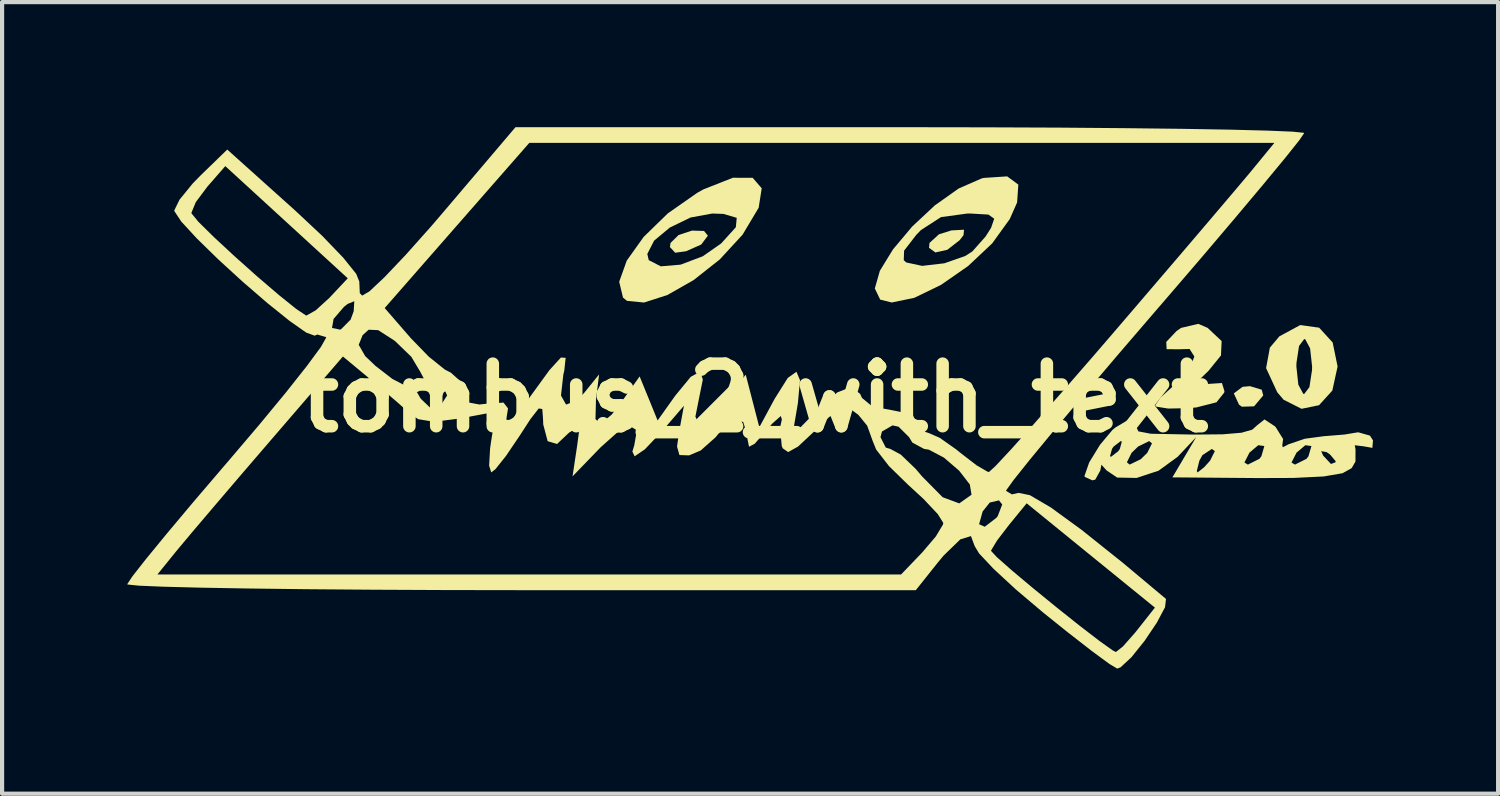
<source format=kicad_pcb>
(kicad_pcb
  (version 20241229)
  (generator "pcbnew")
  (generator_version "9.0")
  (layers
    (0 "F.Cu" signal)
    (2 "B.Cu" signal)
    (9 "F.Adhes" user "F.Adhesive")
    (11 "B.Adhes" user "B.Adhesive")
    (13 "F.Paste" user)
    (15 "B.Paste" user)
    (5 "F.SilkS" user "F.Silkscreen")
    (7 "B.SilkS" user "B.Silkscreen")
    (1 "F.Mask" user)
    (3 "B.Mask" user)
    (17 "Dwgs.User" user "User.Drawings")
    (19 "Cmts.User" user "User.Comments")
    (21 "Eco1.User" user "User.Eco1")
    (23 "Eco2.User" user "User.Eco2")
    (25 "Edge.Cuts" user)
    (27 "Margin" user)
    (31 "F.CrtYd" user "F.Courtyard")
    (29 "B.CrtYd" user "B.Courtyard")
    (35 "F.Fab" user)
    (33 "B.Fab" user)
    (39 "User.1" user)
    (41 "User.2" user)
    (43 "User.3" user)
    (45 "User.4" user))
  (footprint "tombus_2_with_text"
    (layer "F.Cu")
    (at 15.052 6.491)
    (property "Reference" "tombus_2_with_text" (at 0 0 0) (layer "F.SilkS") (effects (font (size 1.5 1.5) (thickness 0.3))))
    (attr board_only exclude_from_pos_files exclude_from_bom)
    (fp_poly (pts (xy 12.152 -0.196) (xy 12.187 -0.059) (xy 11.968 0.202) (xy 11.675 0.211) (xy 11.606 0.161) (xy 11.482 -0.109) (xy 11.692 -0.266) (xy 11.869 -0.282)) (stroke (width 0) (type solid)) (fill yes) (layer "F.SilkS"))
    (fp_poly (pts (xy -1.221 -4.003) (xy -1.129 -3.89) (xy -1.288 -3.678) (xy -1.651 -3.517) (xy -1.913 -3.481) (xy -2.039 -3.617) (xy -2.024 -3.716) (xy -1.831 -3.906) (xy -1.508 -4.012)) (stroke (width 0) (type solid)) (fill yes) (layer "F.SilkS"))
    (fp_poly (pts (xy 5.001 -3.902) (xy 4.907 -3.781) (xy 4.613 -3.552) (xy 4.326 -3.488) (xy 4.174 -3.599) (xy 4.185 -3.716) (xy 4.412 -3.923) (xy 4.709 -4.016) (xy 5.013 -4.033)) (stroke (width 0) (type solid)) (fill yes) (layer "F.SilkS"))
    (fp_poly (pts (xy 10.854 -1.679) (xy 11.19 -1.363) (xy 11.174 -1.018) (xy 10.876 -0.65) (xy 10.442 -0.231) (xy 10.877 -0.336) (xy 11.197 -0.357) (xy 11.257 -0.164) (xy 11.251 -0.126) (xy 11.066 0.105) (xy 10.586 0.228) (xy 10.394 0.246) (xy 9.907 0.255) (xy 9.624 0.21) (xy 9.596 0.179) (xy 9.728 -0.012) (xy 10.05 -0.303) (xy 10.066 -0.316) (xy 10.415 -0.68) (xy 10.536 -0.993) (xy 10.421 -1.173) (xy 10.149 -1.166) (xy 9.871 -1.169) (xy 9.862 -1.343) (xy 10.109 -1.604) (xy 10.218 -1.679) (xy 10.63 -1.776)) (stroke (width 0) (type solid)) (fill yes) (layer "F.SilkS"))
    (fp_poly (pts (xy 13.528 -1.684) (xy 13.852 -1.329) (xy 13.97 -0.753) (xy 13.844 -0.176) (xy 13.525 0.175) (xy 13.106 0.261) (xy 12.676 0.044) (xy 12.523 -0.136) (xy 12.256 -0.714) (xy 12.263 -0.753) (xy 12.982 -0.753) (xy 13.029 -0.317) (xy 13.146 -0.1) (xy 13.17 -0.094) (xy 13.295 -0.259) (xy 13.357 -0.666) (xy 13.359 -0.753) (xy 13.311 -1.188) (xy 13.195 -1.405) (xy 13.17 -1.411) (xy 13.046 -1.246) (xy 12.984 -0.839) (xy 12.982 -0.753) (xy 12.263 -0.753) (xy 12.346 -1.205) (xy 12.574 -1.476) (xy 13.075 -1.747)) (stroke (width 0) (type solid)) (fill yes) (layer "F.SilkS"))
    (fp_poly (pts (xy -0.054 -5.277) (xy 0.162 -5.026) (xy 0.089 -4.56) (xy -0.297 -3.914) (xy -0.843 -3.321) (xy -1.471 -2.825) (xy -2.102 -2.466) (xy -2.66 -2.287) (xy -3.068 -2.327) (xy -3.164 -2.405) (xy -3.255 -2.785) (xy -3.074 -3.292) (xy -2.96 -3.452) (xy -2.581 -3.452) (xy -2.547 -3.304) (xy -2.258 -3.155) (xy -1.784 -3.195) (xy -1.251 -3.396) (xy -0.809 -3.705) (xy -0.458 -4.093) (xy -0.437 -4.318) (xy -0.757 -4.412) (xy -1.024 -4.421) (xy -1.544 -4.326) (xy -2.041 -4.085) (xy -2.418 -3.771) (xy -2.581 -3.452) (xy -2.96 -3.452) (xy -2.668 -3.861) (xy -2.089 -4.425) (xy -1.385 -4.917) (xy -1.236 -5) (xy -0.529 -5.279)) (stroke (width 0) (type solid)) (fill yes) (layer "F.SilkS"))
    (fp_poly (pts (xy 6.315 -5.115) (xy 6.286 -4.687) (xy 6.109 -4.288) (xy 5.689 -3.706) (xy 5.111 -3.162) (xy 4.459 -2.709) (xy 3.821 -2.4) (xy 3.28 -2.288) (xy 3.003 -2.357) (xy 2.874 -2.624) (xy 2.995 -3.048) (xy 3.151 -3.303) (xy 3.568 -3.303) (xy 3.627 -3.248) (xy 4.009 -3.166) (xy 4.542 -3.228) (xy 5.044 -3.404) (xy 5.213 -3.513) (xy 5.528 -3.868) (xy 5.661 -4.077) (xy 5.737 -4.297) (xy 5.598 -4.396) (xy 5.168 -4.421) (xy 5.094 -4.421) (xy 4.462 -4.336) (xy 3.981 -4.025) (xy 3.87 -3.912) (xy 3.576 -3.531) (xy 3.568 -3.303) (xy 3.151 -3.303) (xy 3.312 -3.564) (xy 3.769 -4.108) (xy 4.311 -4.615) (xy 4.884 -5.021) (xy 5.434 -5.262) (xy 5.488 -5.275) (xy 6.048 -5.312)) (stroke (width 0) (type solid)) (fill yes) (layer "F.SilkS"))
    (fp_poly (pts (xy 9.125 0.659) (xy 9.193 0.802) (xy 9.49 0.859) (xy 10.51 0.879) (xy 11.214 0.873) (xy 11.665 0.835) (xy 11.922 0.762) (xy 12.045 0.653) (xy 12.218 0.516) (xy 12.467 0.681) (xy 12.486 0.7) (xy 12.664 0.986) (xy 12.644 1.137) (xy 12.656 1.184) (xy 12.794 1.112) (xy 13.184 0.979) (xy 13.641 0.918) (xy 14.137 0.878) (xy 14.464 0.824) (xy 14.746 0.904) (xy 14.819 1.018) (xy 14.804 1.198) (xy 14.597 1.161) (xy 14.382 1.135) (xy 14.4 1.233) (xy 14.399 1.525) (xy 14.308 1.683) (xy 14.088 1.806) (xy 13.639 1.883) (xy 12.91 1.919) (xy 12.053 1.922) (xy 10.009 1.905) (xy 10.101 1.75) (xy 10.595 1.75) (xy 10.613 1.787) (xy 10.77 1.663) (xy 10.873 1.549) (xy 11.736 1.549) (xy 11.819 1.599) (xy 11.919 1.549) (xy 12.865 1.549) (xy 12.948 1.599) (xy 13.224 1.461) (xy 13.272 1.399) (xy 13.307 1.277) (xy 13.577 1.277) (xy 13.623 1.382) (xy 13.812 1.584) (xy 13.921 1.543) (xy 13.923 1.516) (xy 13.789 1.357) (xy 13.706 1.299) (xy 13.577 1.277) (xy 13.307 1.277) (xy 13.343 1.154) (xy 13.197 1.134) (xy 12.986 1.312) (xy 12.865 1.549) (xy 11.919 1.549) (xy 12.095 1.461) (xy 12.143 1.399) (xy 12.214 1.154) (xy 12.068 1.134) (xy 11.857 1.312) (xy 11.736 1.549) (xy 10.873 1.549) (xy 10.913 1.505) (xy 11.027 1.276) (xy 10.956 1.223) (xy 10.729 1.373) (xy 10.656 1.505) (xy 10.595 1.75) (xy 10.101 1.75) (xy 10.294 1.423) (xy 10.579 0.941) (xy 10.134 1.413) (xy 9.678 1.745) (xy 9.152 1.919) (xy 8.686 1.91) (xy 8.434 1.741) (xy 8.307 1.601) (xy 8.281 1.74) (xy 8.16 1.959) (xy 8.09 1.976) (xy 7.907 1.893) (xy 7.902 1.869) (xy 8.013 1.55) (xy 8.016 1.544) (xy 8.918 1.544) (xy 8.985 1.599) (xy 9.251 1.47) (xy 9.407 1.317) (xy 9.52 1.09) (xy 9.453 1.035) (xy 9.188 1.165) (xy 9.031 1.317) (xy 8.918 1.544) (xy 8.016 1.544) (xy 8.105 1.399) (xy 8.513 1.399) (xy 8.539 1.411) (xy 8.71 1.279) (xy 8.749 1.223) (xy 8.797 1.047) (xy 8.771 1.035) (xy 8.599 1.167) (xy 8.561 1.223) (xy 8.513 1.399) (xy 8.105 1.399) (xy 8.272 1.126) (xy 8.57 0.77) (xy 8.639 0.712) (xy 8.971 0.513) (xy 9.157 0.501)) (stroke (width 0) (type solid)) (fill yes) (layer "F.SilkS"))
    (fp_poly (pts (xy 5.56 -6.488) (xy 7.288 -6.481) (xy 8.86 -6.468) (xy 10.243 -6.452) (xy 11.399 -6.432) (xy 12.294 -6.409) (xy 12.893 -6.384) (xy 13.159 -6.357) (xy 13.169 -6.35) (xy 13.051 -6.177) (xy 12.716 -5.757) (xy 12.195 -5.127) (xy 11.52 -4.323) (xy 10.721 -3.382) (xy 9.828 -2.342) (xy 9.594 -2.071) (xy 8.683 -1.011) (xy 7.858 -0.04) (xy 7.149 0.805) (xy 6.587 1.486) (xy 6.203 1.967) (xy 6.028 2.21) (xy 6.021 2.229) (xy 6.161 2.313) (xy 6.321 2.277) (xy 6.592 2.332) (xy 7.092 2.625) (xy 7.831 3.163) (xy 8.819 3.952) (xy 9.856 4.82) (xy 9.833 5.018) (xy 9.636 5.389) (xy 9.342 5.826) (xy 9.026 6.219) (xy 8.766 6.46) (xy 8.686 6.49) (xy 8.498 6.378) (xy 8.084 6.074) (xy 7.508 5.626) (xy 6.914 5.15) (xy 6.255 4.592) (xy 5.722 4.099) (xy 5.374 3.729) (xy 5.338 3.669) (xy 5.662 3.669) (xy 5.8 3.818) (xy 6.159 4.135) (xy 6.662 4.557) (xy 7.232 5.022) (xy 7.793 5.468) (xy 8.268 5.833) (xy 8.58 6.055) (xy 8.655 6.093) (xy 8.821 5.961) (xy 9.11 5.635) (xy 9.169 5.561) (xy 9.59 5.028) (xy 8.052 3.778) (xy 6.515 2.527) (xy 6.087 3.051) (xy 5.804 3.421) (xy 5.665 3.652) (xy 5.662 3.669) (xy 5.338 3.669) (xy 5.268 3.552) (xy 5.179 3.313) (xy 4.924 3.392) (xy 4.525 3.779) (xy 4.382 3.951) (xy 3.857 4.61) (xy -5.597 4.61) (xy -7.444 4.607) (xy -9.171 4.599) (xy -10.743 4.587) (xy -12.125 4.57) (xy -13.282 4.55) (xy -14.177 4.527) (xy -14.775 4.502) (xy -15.041 4.474) (xy -15.052 4.468) (xy -14.934 4.288) (xy -14.892 4.233) (xy -14.327 4.233) (xy -5.411 4.233) (xy 3.504 4.233) (xy 4.01 3.706) (xy 4.336 3.323) (xy 4.508 3.037) (xy 4.509 3.029) (xy 5.374 3.029) (xy 5.511 3.089) (xy 5.786 2.877) (xy 5.819 2.839) (xy 5.929 2.555) (xy 5.851 2.457) (xy 5.631 2.508) (xy 5.459 2.723) (xy 5.374 3.029) (xy 4.509 3.029) (xy 4.516 2.997) (xy 4.384 2.786) (xy 4.042 2.423) (xy 3.669 2.08) (xy 3.213 1.634) (xy 2.906 1.238) (xy 2.822 1.03) (xy 2.79 0.941) (xy 3.01 0.941) (xy 3.137 1.191) (xy 3.246 1.223) (xy 3.497 1.359) (xy 3.855 1.703) (xy 4.006 1.881) (xy 4.5 2.381) (xy 4.899 2.529) (xy 5.193 2.321) (xy 5.193 2.321) (xy 5.152 2.076) (xy 4.896 1.745) (xy 4.532 1.432) (xy 4.17 1.241) (xy 4.055 1.223) (xy 3.774 1.071) (xy 3.695 0.941) (xy 3.443 0.69) (xy 3.298 0.659) (xy 3.045 0.806) (xy 3.01 0.941) (xy 2.79 0.941) (xy 2.691 0.666) (xy 2.478 0.405) (xy 2.256 0.242) (xy 2.049 0.254) (xy 1.755 0.479) (xy 1.447 0.779) (xy 1.034 1.166) (xy 0.796 1.299) (xy 0.666 1.209) (xy 0.643 1.156) (xy 0.601 0.715) (xy 0.645 0.517) (xy 0.62 0.434) (xy 0.417 0.613) (xy 0.295 0.753) (xy -0.006 1.099) (xy -0.142 1.171) (xy -0.179 0.99) (xy -0.181 0.894) (xy -0.283 0.574) (xy -0.535 0.564) (xy -0.878 0.861) (xy -0.941 0.941) (xy -1.3 1.26) (xy -1.579 1.378) (xy -1.811 1.37) (xy -1.868 1.166) (xy -1.819 0.814) (xy -1.703 0.188) (xy -2.229 0.8) (xy -2.64 1.233) (xy -2.885 1.4) (xy -2.939 1.286) (xy -2.894 1.138) (xy -2.831 0.778) (xy -2.988 0.681) (xy -3.318 0.843) (xy -3.699 1.183) (xy -4.374 1.881) (xy -4.263 1.143) (xy -4.203 0.688) (xy -4.228 0.559) (xy -4.365 0.71) (xy -4.441 0.817) (xy -4.745 1.105) (xy -4.971 1.037) (xy -5.077 0.634) (xy -5.08 0.517) (xy -5.099 0.266) (xy -5.185 0.253) (xy -5.384 0.509) (xy -5.64 0.904) (xy -5.968 1.389) (xy -6.223 1.709) (xy -6.323 1.787) (xy -6.374 1.624) (xy -6.351 1.215) (xy -6.329 1.059) (xy -6.212 0.331) (xy -7.088 0.495) (xy -7.696 0.572) (xy -8.074 0.51) (xy -8.263 0.381) (xy -8.592 0.089) (xy -9.056 -0.307) (xy -9.22 -0.445) (xy -9.88 -0.993) (xy -11.666 1.08) (xy -12.344 1.869) (xy -12.969 2.601) (xy -13.483 3.206) (xy -13.827 3.617) (xy -13.89 3.693) (xy -14.327 4.233) (xy -14.892 4.233) (xy -14.607 3.87) (xy -14.107 3.26) (xy -13.471 2.502) (xy -12.738 1.644) (xy -12.621 1.508) (xy -11.882 0.639) (xy -11.242 -0.136) (xy -10.739 -0.772) (xy -10.406 -1.224) (xy -10.379 -1.273) (xy -9.501 -1.273) (xy -9.345 -1.002) (xy -9.096 -0.765) (xy -8.693 -0.455) (xy -8.384 -0.294) (xy -8.346 -0.288) (xy -8.1 -0.131) (xy -8.016 0.016) (xy -7.795 0.228) (xy -7.519 0.154) (xy -7.381 -0.059) (xy -7.465 -0.248) (xy -7.622 -0.282) (xy -7.925 -0.439) (xy -8.03 -0.635) (xy -8.239 -0.985) (xy -8.622 -1.356) (xy -8.653 -1.38) (xy -9.034 -1.625) (xy -9.263 -1.635) (xy -9.408 -1.504) (xy -9.501 -1.273) (xy -10.379 -1.273) (xy -10.281 -1.446) (xy -10.282 -1.457) (xy -10.494 -1.52) (xy -10.557 -1.492) (xy -10.759 -1.566) (xy -10.918 -1.677) (xy -10.141 -1.677) (xy -9.952 -1.638) (xy -9.925 -1.646) (xy -9.695 -1.877) (xy -9.621 -2.079) (xy -9.617 -2.155) (xy -8.878 -2.155) (xy -8.249 -1.43) (xy -7.821 -0.989) (xy -7.436 -0.68) (xy -7.291 -0.605) (xy -7.015 -0.358) (xy -6.961 -0.144) (xy -6.89 0.105) (xy -6.607 0.158) (xy -6.41 0.136) (xy -6.029 0.112) (xy -5.921 0.251) (xy -5.96 0.498) (xy -5.933 0.62) (xy -5.731 0.429) (xy -5.378 -0.047) (xy -4.928 -0.666) (xy -4.653 -0.968) (xy -4.539 -0.961) (xy -4.572 -0.654) (xy -4.595 -0.556) (xy -4.651 -0.057) (xy -4.529 0.16) (xy -4.269 0.063) (xy -4.099 -0.116) (xy -3.737 -0.564) (xy -3.812 0.047) (xy -3.824 0.507) (xy -3.701 0.625) (xy -3.434 0.399) (xy -3.183 0.072) (xy -2.765 -0.515) (xy -2.549 0.013) (xy -2.334 0.541) (xy -1.907 -0.059) (xy -1.539 -0.506) (xy -1.313 -0.632) (xy -1.25 -0.439) (xy -1.327 -0.059) (xy -1.428 0.447) (xy -1.35 0.625) (xy -1.094 0.471) (xy -0.755 0.097) (xy -0.221 -0.557) (xy -0.058 0.073) (xy 0.105 0.703) (xy 0.472 0.022) (xy 0.787 -0.479) (xy 0.995 -0.627) (xy 1.08 -0.425) (xy 1.03 0.122) (xy 0.898 0.903) (xy 1.478 0.311) (xy 1.971 -0.13) (xy 2.306 -0.263) (xy 2.522 -0.097) (xy 2.566 0) (xy 2.822 0.211) (xy 3.225 0.282) (xy 3.67 0.372) (xy 3.883 0.564) (xy 4.079 0.814) (xy 4.179 0.847) (xy 4.434 0.959) (xy 4.827 1.236) (xy 4.926 1.317) (xy 5.314 1.616) (xy 5.579 1.77) (xy 5.612 1.776) (xy 5.765 1.636) (xy 6.127 1.249) (xy 6.66 0.657) (xy 7.329 -0.102) (xy 8.098 -0.986) (xy 8.561 -1.523) (xy 9.403 -2.506) (xy 10.194 -3.43) (xy 10.889 -4.245) (xy 11.446 -4.901) (xy 11.821 -5.345) (xy 11.919 -5.463) (xy 12.454 -6.115) (xy 3.522 -6.115) (xy -5.411 -6.115) (xy -7.145 -4.135) (xy -8.878 -2.155) (xy -9.617 -2.155) (xy -9.607 -2.319) (xy -9.768 -2.253) (xy -9.856 -2.182) (xy -10.104 -1.893) (xy -10.141 -1.677) (xy -10.918 -1.677) (xy -11.158 -1.846) (xy -11.688 -2.272) (xy -12.28 -2.783) (xy -12.867 -3.32) (xy -13.381 -3.822) (xy -13.755 -4.228) (xy -13.896 -4.441) (xy -13.512 -4.441) (xy -13.508 -4.422) (xy -13.344 -4.222) (xy -12.974 -3.857) (xy -12.478 -3.397) (xy -11.932 -2.91) (xy -11.413 -2.466) (xy -10.999 -2.133) (xy -10.768 -1.979) (xy -10.753 -1.976) (xy -10.532 -2.1) (xy -10.202 -2.401) (xy -10.183 -2.422) (xy -9.764 -2.868) (xy -11.232 -4.213) (xy -12.7 -5.558) (xy -13.132 -5.063) (xy -13.407 -4.695) (xy -13.512 -4.441) (xy -13.896 -4.441) (xy -13.92 -4.477) (xy -13.923 -4.496) (xy -13.797 -4.754) (xy -13.479 -5.144) (xy -13.288 -5.339) (xy -12.653 -5.955) (xy -11.024 -4.493) (xy -10.376 -3.886) (xy -9.871 -3.361) (xy -9.561 -2.975) (xy -9.487 -2.792) (xy -9.475 -2.512) (xy -9.418 -2.453) (xy -9.246 -2.553) (xy -8.882 -2.895) (xy -8.373 -3.431) (xy -7.765 -4.113) (xy -7.5 -4.422) (xy -5.742 -6.491) (xy 3.714 -6.491)) (stroke (width 0) (type solid)) (fill yes) (layer "F.SilkS")))
  (gr_rect
    (start -3 -3)
    (end 32.871 15.981)
    (stroke (width 0.1) (type default))
    (fill no)
    (layer "Edge.Cuts")))
</source>
